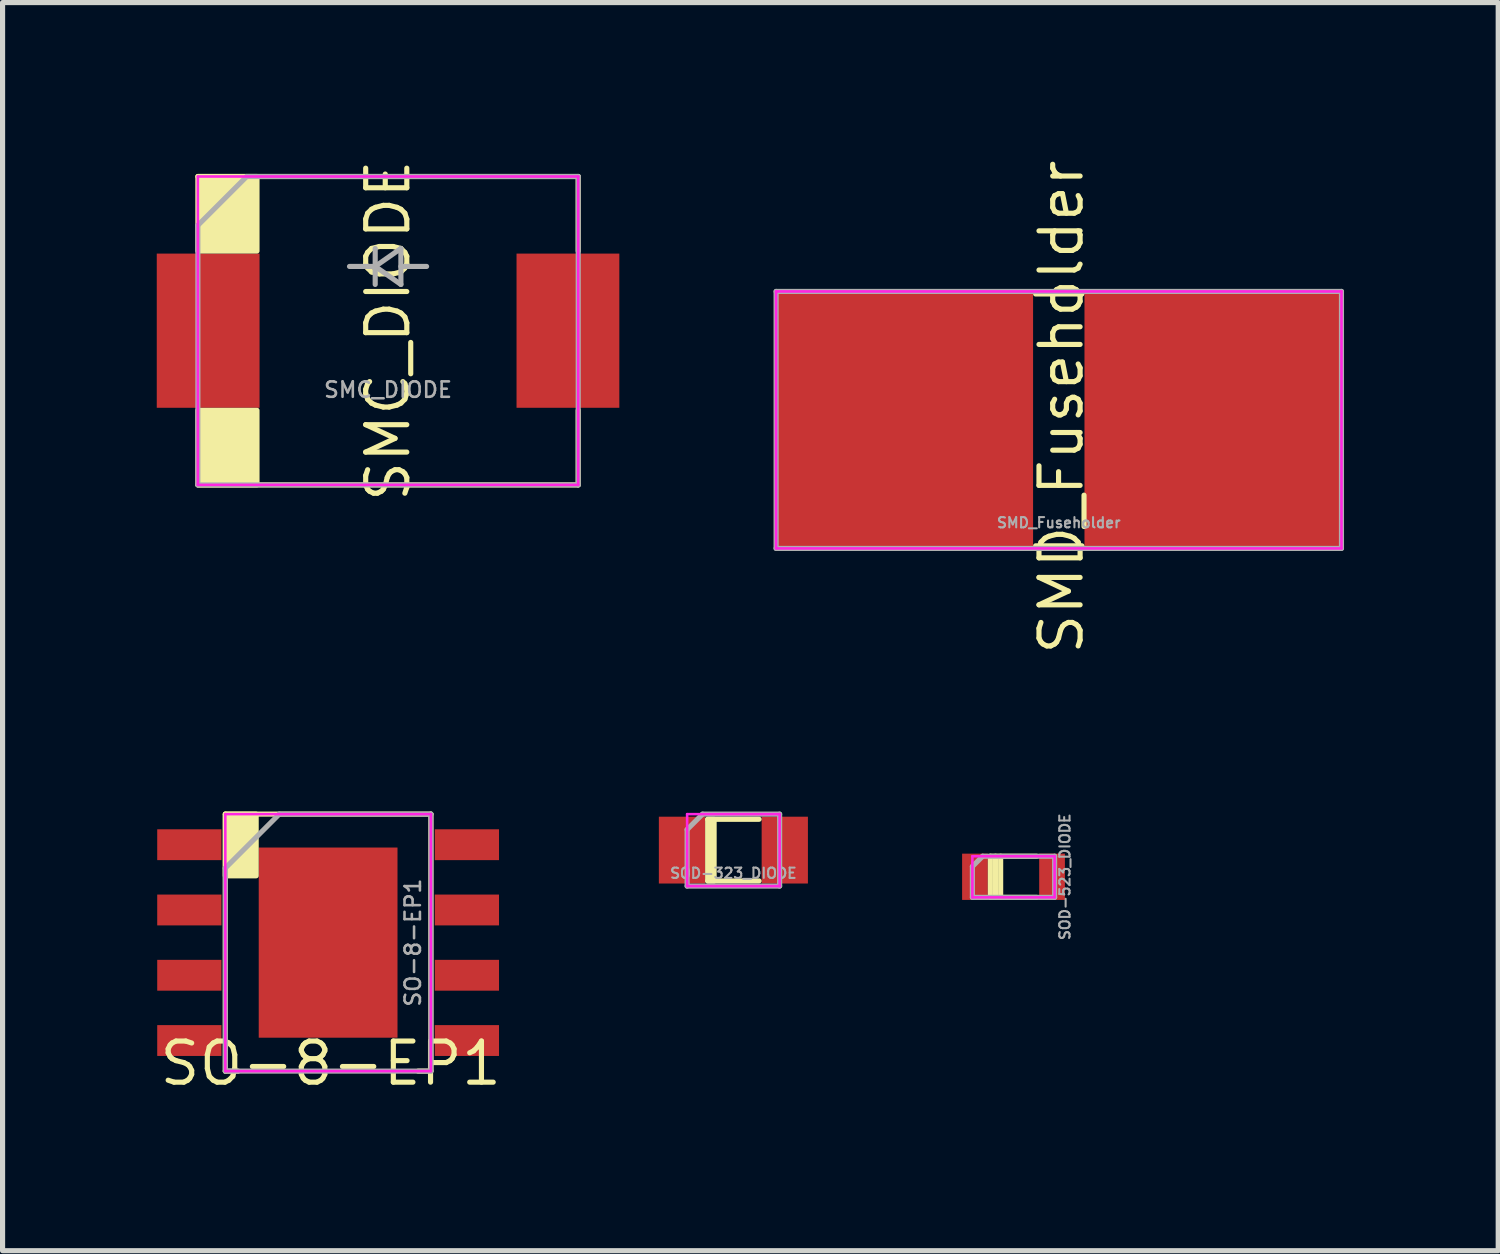
<source format=kicad_pcb>
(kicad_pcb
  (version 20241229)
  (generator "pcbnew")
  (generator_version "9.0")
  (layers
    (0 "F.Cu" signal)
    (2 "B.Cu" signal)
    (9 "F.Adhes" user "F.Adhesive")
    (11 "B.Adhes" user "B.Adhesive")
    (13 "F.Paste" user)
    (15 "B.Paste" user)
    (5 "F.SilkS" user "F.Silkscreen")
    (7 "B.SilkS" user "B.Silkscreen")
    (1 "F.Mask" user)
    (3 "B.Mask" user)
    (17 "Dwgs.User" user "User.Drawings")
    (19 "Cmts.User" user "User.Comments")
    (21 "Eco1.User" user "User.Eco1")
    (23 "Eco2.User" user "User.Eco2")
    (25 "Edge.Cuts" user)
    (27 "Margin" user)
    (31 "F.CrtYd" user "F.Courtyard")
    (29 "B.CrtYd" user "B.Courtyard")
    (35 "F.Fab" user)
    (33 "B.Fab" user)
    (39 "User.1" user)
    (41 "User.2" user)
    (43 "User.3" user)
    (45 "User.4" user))
  (footprint "SOD-523_DIODE"
    (layer "F.Cu")
    (at 16.669 14.009)
    (property "Reference" "SOD-523_DIODE" (at 1 0 90) (layer "F.Fab") (effects (font (size 0.2 0.2) (thickness 0.04))))
    (attr smd)
    (fp_line (start -0.45 -0.4) (end -0.45 0.4) (stroke (width 0.1) (type solid)) (layer "F.SilkS"))
    (fp_line (start -0.45 -0.4) (end 0.45 -0.4) (stroke (width 0.1) (type solid)) (layer "F.SilkS"))
    (fp_line (start -0.35 -0.4) (end -0.35 0.4) (stroke (width 0.1) (type solid)) (layer "F.SilkS"))
    (fp_line (start -0.25 -0.4) (end -0.25 0.4) (stroke (width 0.1) (type solid)) (layer "F.SilkS"))
    (fp_line (start 0.45 0.4) (end -0.45 0.4) (stroke (width 0.1) (type solid)) (layer "F.SilkS"))
    (fp_line (start -0.8 -0.4) (end 0.8 -0.4) (stroke (width 0.05) (type solid)) (layer "F.CrtYd"))
    (fp_line (start -0.8 0.4) (end -0.8 -0.4) (stroke (width 0.05) (type solid)) (layer "F.CrtYd"))
    (fp_line (start 0.8 -0.4) (end 0.8 0.4) (stroke (width 0.05) (type solid)) (layer "F.CrtYd"))
    (fp_line (start 0.8 0.4) (end -0.8 0.4) (stroke (width 0.05) (type solid)) (layer "F.CrtYd"))
    (fp_line (start -0.8 -0.2) (end -0.6 -0.4) (stroke (width 0.1) (type solid)) (layer "F.Fab"))
    (fp_line (start -0.8 0.4) (end -0.8 -0.2) (stroke (width 0.1) (type solid)) (layer "F.Fab"))
    (fp_line (start -0.6 -0.4) (end 0.8 -0.4) (stroke (width 0.1) (type solid)) (layer "F.Fab"))
    (fp_line (start 0.8 -0.4) (end 0.8 0.4) (stroke (width 0.1) (type solid)) (layer "F.Fab"))
    (fp_line (start 0.8 0.4) (end -0.8 0.4) (stroke (width 0.1) (type solid)) (layer "F.Fab"))
    (pad "1" smd rect (at -0.75 0) (size 0.5 0.9) (layers "F.Cu" "F.Mask" "F.Paste"))
    (pad "2" smd rect (at 0.75 0) (size 0.5 0.9) (layers "F.Cu" "F.Mask" "F.Paste")))
  (footprint "SOD-323_DIODE"
    (layer "F.Cu")
    (at 11.219 13.49)
    (property "Reference" "SOD-323_DIODE" (at 0 0.45 180) (layer "F.Fab") (effects (font (size 0.2 0.2) (thickness 0.04))))
    (attr smd)
    (fp_line (start -0.5 -0.6) (end 0.5 -0.6) (stroke (width 0.1) (type solid)) (layer "F.SilkS"))
    (fp_line (start 0.5 0.6) (end -0.5 0.6) (stroke (width 0.1) (type solid)) (layer "F.SilkS"))
    (fp_poly (pts (xy -0.375 0.6) (xy -0.5 0.6) (xy -0.5 -0.6) (xy -0.375 -0.6)) (stroke (width 0.1) (type solid)) (fill yes) (layer "F.SilkS"))
    (fp_line (start -0.9 -0.7) (end 0.9 -0.7) (stroke (width 0.05) (type solid)) (layer "F.CrtYd"))
    (fp_line (start -0.9 0.7) (end -0.9 -0.7) (stroke (width 0.05) (type solid)) (layer "F.CrtYd"))
    (fp_line (start 0.9 -0.7) (end 0.9 0.7) (stroke (width 0.05) (type solid)) (layer "F.CrtYd"))
    (fp_line (start 0.9 0.7) (end -0.9 0.7) (stroke (width 0.05) (type solid)) (layer "F.CrtYd"))
    (fp_line (start -0.9 -0.4) (end -0.6 -0.7) (stroke (width 0.1) (type solid)) (layer "F.Fab"))
    (fp_line (start -0.9 0.7) (end -0.9 -0.4) (stroke (width 0.1) (type solid)) (layer "F.Fab"))
    (fp_line (start -0.6 -0.7) (end 0.9 -0.7) (stroke (width 0.1) (type solid)) (layer "F.Fab"))
    (fp_line (start 0.9 -0.7) (end 0.9 0.7) (stroke (width 0.1) (type solid)) (layer "F.Fab"))
    (fp_line (start 0.9 0.7) (end -0.9 0.7) (stroke (width 0.1) (type solid)) (layer "F.Fab"))
    (pad "1" smd rect (at -1 0 180) (size 0.9 1.3) (layers "F.Cu" "F.Mask" "F.Paste"))
    (pad "2" smd rect (at 1 0) (size 0.9 1.3) (layers "F.Cu" "F.Mask" "F.Paste")))
  (footprint "SO-8-EP1"
    (layer "F.Cu")
    (at 3.334 15.29)
    (property "Reference" "SO-8-EP1" (at 1.65 0 90) (layer "F.Fab") (effects (font (size 0.3 0.3) (thickness 0.05))))
    (attr smd)
    (fp_line (start -2 -2.5) (end -2 2.5) (stroke (width 0.1) (type solid)) (layer "F.SilkS"))
    (fp_line (start -2 -2.5) (end 2 -2.5) (stroke (width 0.1) (type solid)) (layer "F.SilkS"))
    (fp_line (start -2 2.5) (end -1.75 2.5) (stroke (width 0.1) (type solid)) (layer "F.SilkS"))
    (fp_line (start 2 -2.5) (end 2 2.5) (stroke (width 0.1) (type solid)) (layer "F.SilkS"))
    (fp_line (start 2 2.5) (end 1.75 2.5) (stroke (width 0.1) (type solid)) (layer "F.SilkS"))
    (fp_poly (pts (xy -2 -2.5) (xy -2 -1.3) (xy -1.4 -1.3) (xy -1.4 -2.5)) (stroke (width 0.1) (type solid)) (fill yes) (layer "F.SilkS"))
    (fp_line (start -2 -2.5) (end -2 2.5) (stroke (width 0.05) (type solid)) (layer "F.CrtYd"))
    (fp_line (start -2 2.5) (end 2 2.5) (stroke (width 0.05) (type solid)) (layer "F.CrtYd"))
    (fp_line (start 2 -2.5) (end -2 -2.5) (stroke (width 0.05) (type solid)) (layer "F.CrtYd"))
    (fp_line (start 2 2.5) (end 2 -2.5) (stroke (width 0.05) (type solid)) (layer "F.CrtYd"))
    (fp_line (start -2 -1.45) (end -0.95 -2.5) (stroke (width 0.1) (type solid)) (layer "F.Fab"))
    (fp_line (start -2 2.5) (end -2 -1.45) (stroke (width 0.1) (type solid)) (layer "F.Fab"))
    (fp_line (start -0.95 -2.5) (end 2 -2.5) (stroke (width 0.1) (type solid)) (layer "F.Fab"))
    (fp_line (start 2 -2.5) (end 2 2.5) (stroke (width 0.1) (type solid)) (layer "F.Fab"))
    (fp_line (start 2 2.5) (end -2 2.5) (stroke (width 0.1) (type solid)) (layer "F.Fab"))
    (fp_text user "${REFERENCE}" (at 0.05 2.35 0) (layer "F.SilkS") (effects (font (size 0.8 0.8) (thickness 0.1))))
    (pad "" smd roundrect (at -0.6 -0.775) (size 0.97 1.25) (layers "F.Paste") (roundrect_rratio 0.25))
    (pad "" smd roundrect (at -0.6 0.775) (size 0.97 1.25) (layers "F.Paste") (roundrect_rratio 0.25))
    (pad "" smd roundrect (at 0.6 -0.775) (size 0.97 1.25) (layers "F.Paste") (roundrect_rratio 0.25))
    (pad "" smd roundrect (at 0.6 0.775) (size 0.97 1.25) (layers "F.Paste") (roundrect_rratio 0.25))
    (pad "1" smd rect (at -2.7 -1.905) (size 1.25 0.6) (layers "F.Cu" "F.Mask" "F.Paste"))
    (pad "2" smd rect (at -2.7 -0.635) (size 1.25 0.6) (layers "F.Cu" "F.Mask" "F.Paste"))
    (pad "3" smd rect (at -2.7 0.635) (size 1.25 0.6) (layers "F.Cu" "F.Mask" "F.Paste"))
    (pad "4" smd rect (at -2.7 1.905) (size 1.25 0.6) (layers "F.Cu" "F.Mask" "F.Paste"))
    (pad "5" smd rect (at 2.7 1.905) (size 1.25 0.6) (layers "F.Cu" "F.Mask" "F.Paste"))
    (pad "6" smd rect (at 2.7 0.635) (size 1.25 0.6) (layers "F.Cu" "F.Mask" "F.Paste"))
    (pad "7" smd rect (at 2.7 -0.635) (size 1.25 0.6) (layers "F.Cu" "F.Mask" "F.Paste"))
    (pad "8" smd rect (at 2.7 -1.905) (size 1.25 0.6) (layers "F.Cu" "F.Mask" "F.Paste"))
    (pad "9" smd rect (at 0 0) (size 2.7 3.7) (layers "F.Cu" "F.Mask")))
  (footprint "SMD_Fuseholder"
    (layer "F.Cu")
    (at 17.55 5.12)
    (property "Reference" "SMD_Fuseholder" (at 0 2 180) (layer "F.Fab") (effects (font (size 0.2 0.2) (thickness 0.04))))
    (attr smd)
    (fp_line (start -0.45 -2.45) (end 0.45 -2.45) (stroke (width 0.1) (type solid)) (layer "F.SilkS"))
    (fp_line (start 0.45 2.45) (end -0.45 2.45) (stroke (width 0.1) (type solid)) (layer "F.SilkS"))
    (fp_line (start -5.5 -2.5) (end 5.5 -2.5) (stroke (width 0.05) (type solid)) (layer "F.CrtYd"))
    (fp_line (start -5.5 2.5) (end -5.5 -2.5) (stroke (width 0.05) (type solid)) (layer "F.CrtYd"))
    (fp_line (start 5.5 -2.5) (end 5.5 2.5) (stroke (width 0.05) (type solid)) (layer "F.CrtYd"))
    (fp_line (start 5.5 2.5) (end -5.5 2.5) (stroke (width 0.05) (type solid)) (layer "F.CrtYd"))
    (fp_line (start -5.5 -2.5) (end 5.5 -2.5) (stroke (width 0.1) (type solid)) (layer "F.Fab"))
    (fp_line (start -5.5 2.5) (end -5.5 -2.5) (stroke (width 0.1) (type solid)) (layer "F.Fab"))
    (fp_line (start 5.5 -2.5) (end 5.5 2.5) (stroke (width 0.1) (type solid)) (layer "F.Fab"))
    (fp_line (start 5.5 2.5) (end -5.5 2.5) (stroke (width 0.1) (type solid)) (layer "F.Fab"))
    (fp_text user "${REFERENCE}" (at 0.05 -0.25 90) (layer "F.SilkS") (effects (font (size 0.8 0.8) (thickness 0.1))))
    (pad "1" smd rect (at -3 0) (size 5 5) (layers "F.Cu" "F.Mask" "F.Paste"))
    (pad "2" smd rect (at 3 0) (size 5 5) (layers "F.Cu" "F.Mask" "F.Paste")))
  (footprint "SMC_DIODE"
    (layer "F.Cu")
    (at 4.5 3.384)
    (property "Reference" "SMC_DIODE" (at 0 1.15 180) (layer "F.Fab") (effects (font (size 0.3 0.3) (thickness 0.05))))
    (attr smd)
    (fp_line (start -3.7 -3) (end 3.7 -3) (stroke (width 0.1) (type solid)) (layer "F.SilkS"))
    (fp_line (start -3.7 3) (end 3.7 3) (stroke (width 0.1) (type solid)) (layer "F.SilkS"))
    (fp_line (start 3.7 -3) (end 3.7 -1.55) (stroke (width 0.1) (type solid)) (layer "F.SilkS"))
    (fp_line (start 3.7 3) (end 3.7 1.55) (stroke (width 0.1) (type solid)) (layer "F.SilkS"))
    (fp_poly (pts (xy -3.7 -1.55) (xy -2.55 -1.55) (xy -2.55 -3) (xy -3.7 -3)) (stroke (width 0.1) (type solid)) (fill yes) (layer "F.SilkS"))
    (fp_poly (pts (xy -3.7 1.55) (xy -2.55 1.55) (xy -2.55 3) (xy -3.7 3)) (stroke (width 0.1) (type solid)) (fill yes) (layer "F.SilkS"))
    (fp_line (start -3.7 -3) (end 3.7 -3) (stroke (width 0.05) (type solid)) (layer "F.CrtYd"))
    (fp_line (start -3.7 3) (end -3.7 -3) (stroke (width 0.05) (type solid)) (layer "F.CrtYd"))
    (fp_line (start 3.7 -3) (end 3.7 3) (stroke (width 0.05) (type solid)) (layer "F.CrtYd"))
    (fp_line (start 3.7 3) (end -3.7 3) (stroke (width 0.05) (type solid)) (layer "F.CrtYd"))
    (fp_line (start -3.7 -2.05) (end -2.75 -3) (stroke (width 0.1) (type solid)) (layer "F.Fab"))
    (fp_line (start -3.7 3) (end -3.7 -2.05) (stroke (width 0.1) (type solid)) (layer "F.Fab"))
    (fp_line (start -2.75 -3) (end 3.7 -3) (stroke (width 0.1) (type solid)) (layer "F.Fab"))
    (fp_line (start -0.25 -1.6) (end -0.25 -0.9) (stroke (width 0.1) (type solid)) (layer "F.Fab"))
    (fp_line (start -0.25 -1.25) (end -0.75 -1.25) (stroke (width 0.1) (type solid)) (layer "F.Fab"))
    (fp_line (start -0.25 -1.25) (end 0.25 -1.6) (stroke (width 0.1) (type solid)) (layer "F.Fab"))
    (fp_line (start 0.25 -1.6) (end 0.25 -0.9) (stroke (width 0.1) (type solid)) (layer "F.Fab"))
    (fp_line (start 0.25 -1.25) (end 0.75 -1.25) (stroke (width 0.1) (type solid)) (layer "F.Fab"))
    (fp_line (start 0.25 -0.9) (end -0.25 -1.25) (stroke (width 0.1) (type solid)) (layer "F.Fab"))
    (fp_line (start 3.7 -3) (end 3.7 3) (stroke (width 0.1) (type solid)) (layer "F.Fab"))
    (fp_line (start 3.7 3) (end -3.7 3) (stroke (width 0.1) (type solid)) (layer "F.Fab"))
    (fp_text user "${REFERENCE}" (at 0 0 90) (layer "F.SilkS") (effects (font (size 0.8 0.8) (thickness 0.1))))
    (pad "1" smd rect (at -3.5 0) (size 2 3) (layers "F.Cu" "F.Mask" "F.Paste"))
    (pad "2" smd rect (at 3.5 0) (size 2 3) (layers "F.Cu" "F.Mask" "F.Paste")))
  (gr_rect
    (start -3 -3)
    (end 26.1 21.284)
    (stroke (width 0.1) (type default))
    (fill no)
    (layer "Edge.Cuts")))
</source>
